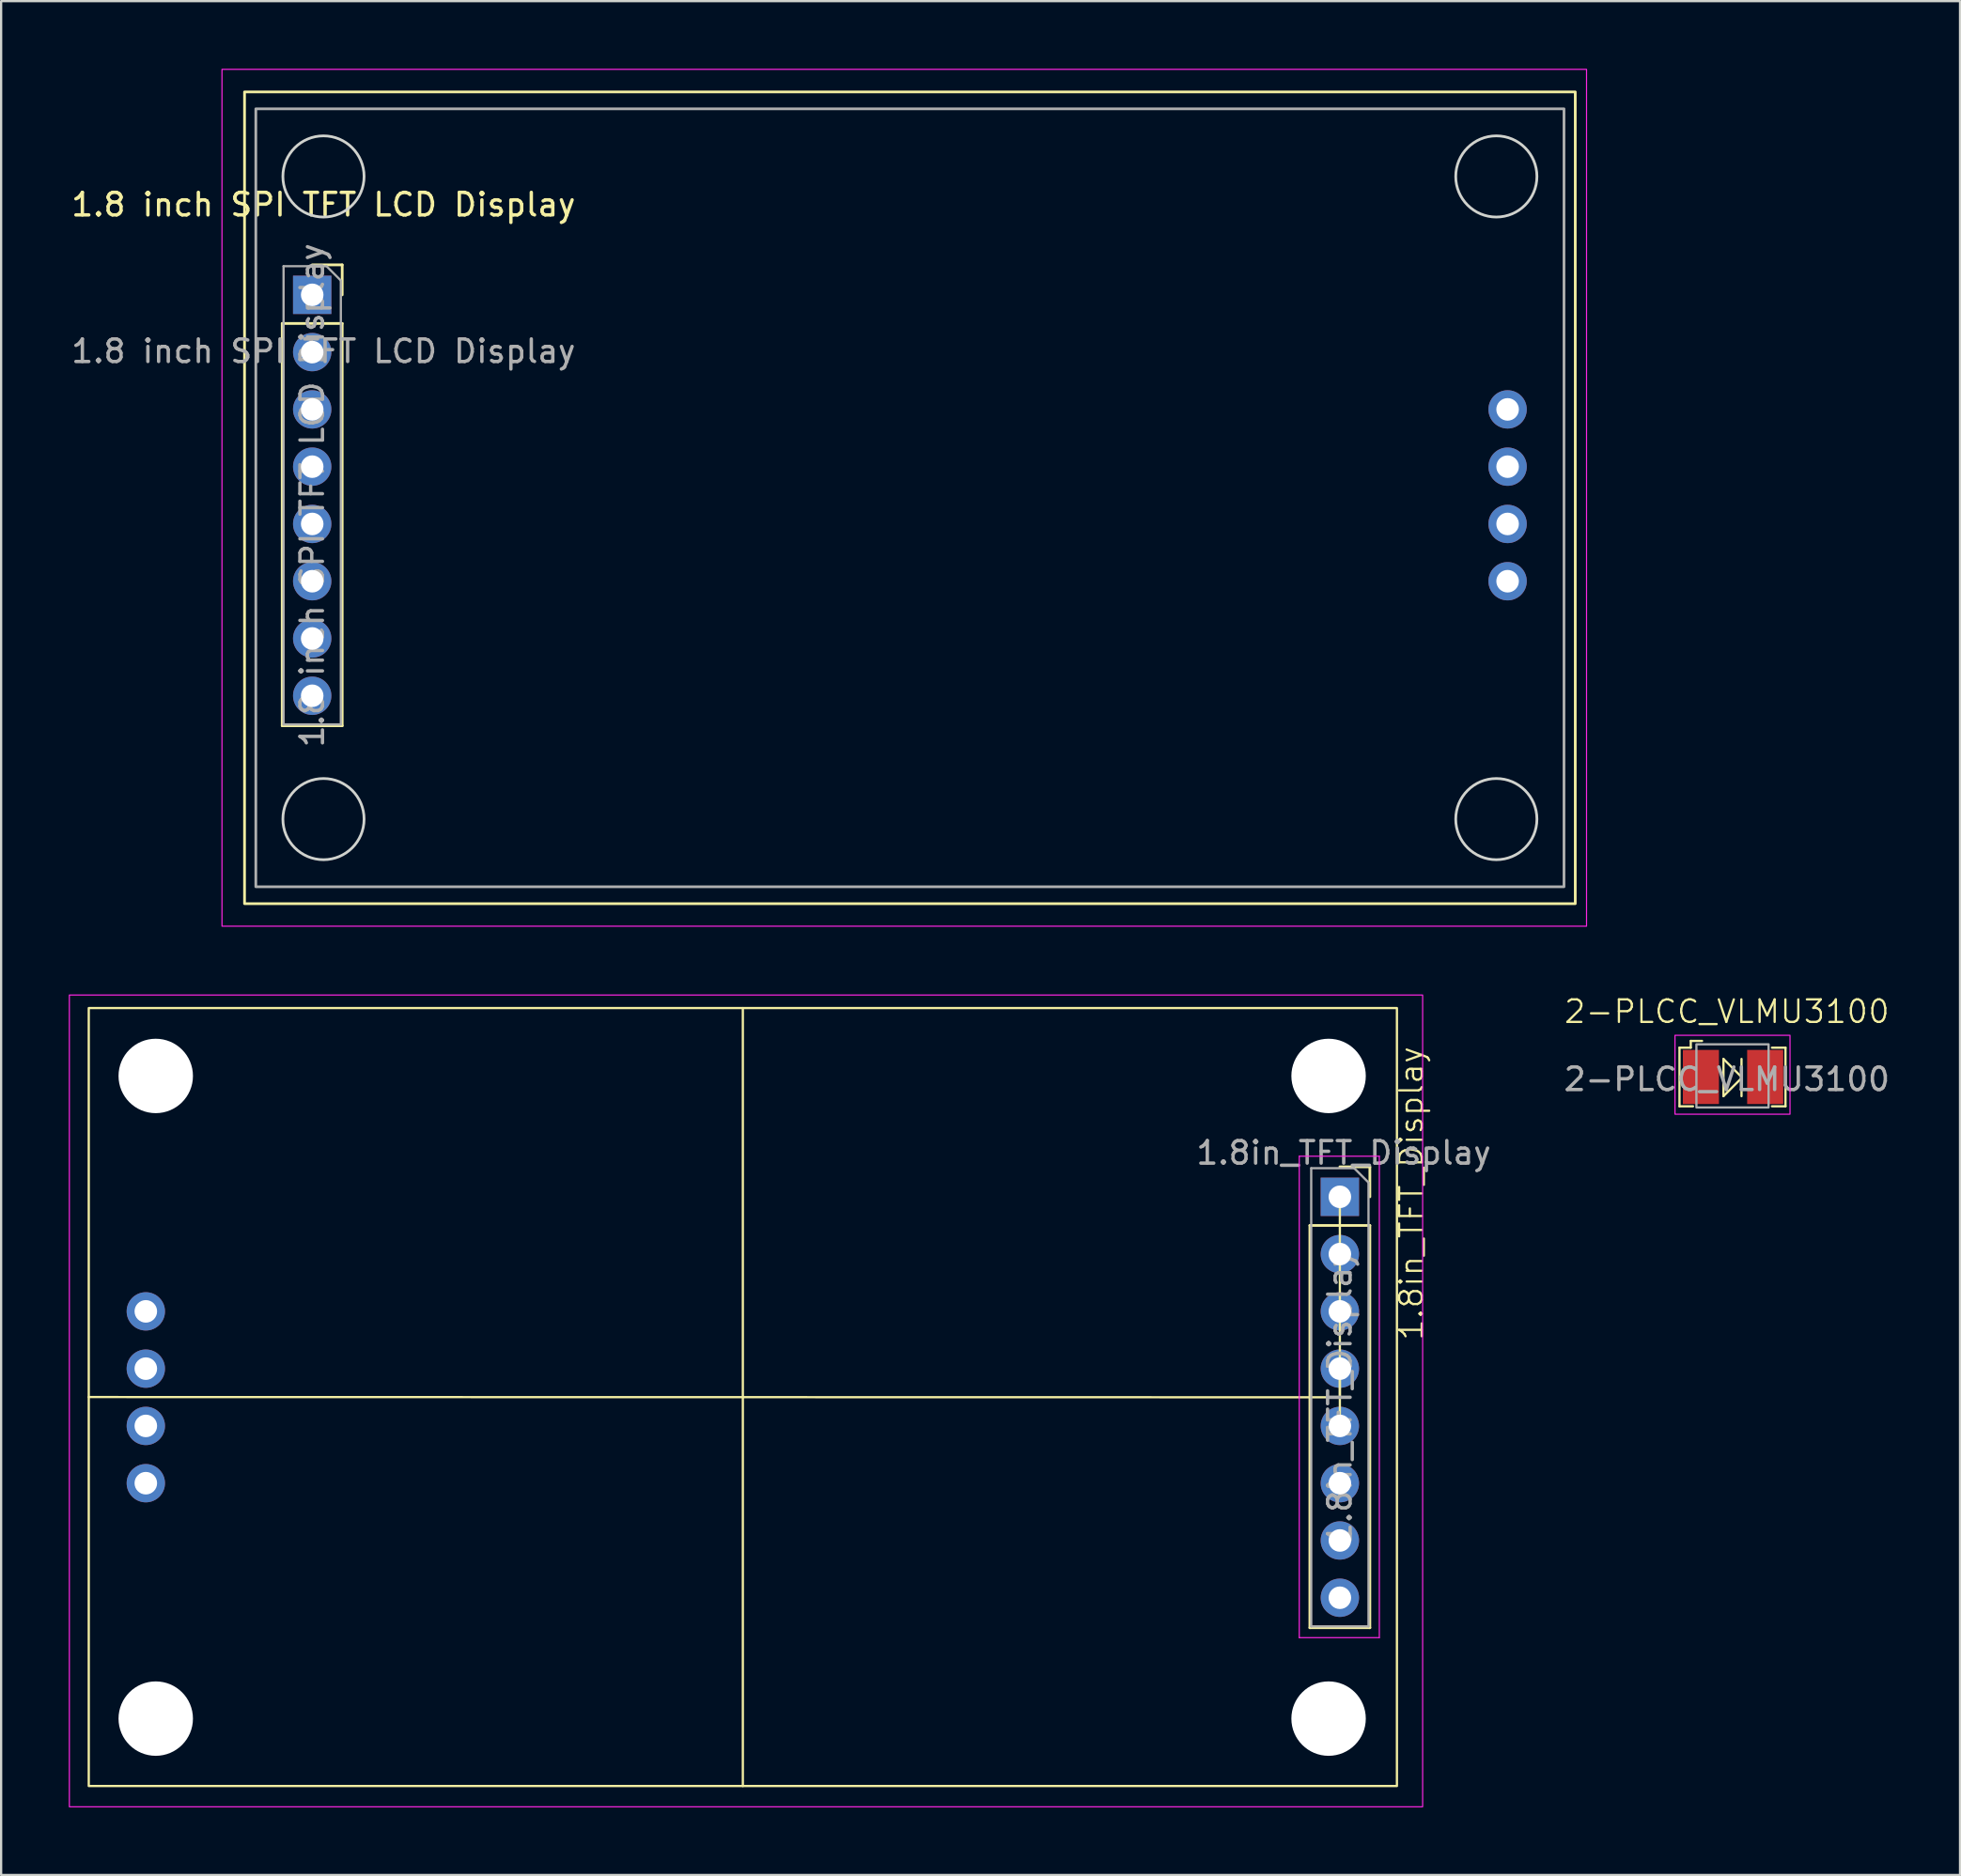
<source format=kicad_pcb>
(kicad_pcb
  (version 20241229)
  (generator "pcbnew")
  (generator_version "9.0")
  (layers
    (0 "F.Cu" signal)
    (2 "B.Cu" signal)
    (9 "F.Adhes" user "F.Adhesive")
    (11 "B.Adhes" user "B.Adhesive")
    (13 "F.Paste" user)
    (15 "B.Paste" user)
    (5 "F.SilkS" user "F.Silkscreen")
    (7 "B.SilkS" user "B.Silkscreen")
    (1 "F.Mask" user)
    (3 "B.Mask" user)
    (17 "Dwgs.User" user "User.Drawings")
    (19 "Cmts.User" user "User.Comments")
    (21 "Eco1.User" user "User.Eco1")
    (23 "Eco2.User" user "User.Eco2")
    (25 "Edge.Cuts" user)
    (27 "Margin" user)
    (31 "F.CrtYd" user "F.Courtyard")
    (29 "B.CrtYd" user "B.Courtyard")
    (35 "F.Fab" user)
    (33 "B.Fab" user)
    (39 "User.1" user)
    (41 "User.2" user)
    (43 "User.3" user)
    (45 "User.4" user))
  (footprint "2-PLCC_VLMU3100"
    (layer "F.Cu")
    (at 72.363 44.711)
    (property "Reference" "2-PLCC_VLMU3100" (at 1.15 -2.9 0) (unlocked yes) (layer "F.SilkS") (effects (font (size 1 1) (thickness 0.1))))
    (attr smd)
    (fp_line (start -0.95 -1.3) (end -0.95 1.3) (stroke (width 0.1) (type default)) (layer "F.SilkS"))
    (fp_line (start -0.95 1.3) (end -0.35 1.3) (stroke (width 0.1) (type default)) (layer "F.SilkS"))
    (fp_line (start -0.45 -1.6) (end 0.05 -1.6) (stroke (width 0.1) (type default)) (layer "F.SilkS"))
    (fp_line (start -0.45 -1.3) (end -0.95 -1.3) (stroke (width 0.1) (type default)) (layer "F.SilkS"))
    (fp_line (start -0.45 -1.3) (end -0.45 -1.6) (stroke (width 0.1) (type default)) (layer "F.SilkS"))
    (fp_line (start 1 -0.8) (end 1 0.85) (stroke (width 0.1) (type default)) (layer "F.SilkS"))
    (fp_line (start 1 0.85) (end 1.8 0.05) (stroke (width 0.1) (type default)) (layer "F.SilkS"))
    (fp_line (start 1.8 0) (end 1 -0.8) (stroke (width 0.1) (type default)) (layer "F.SilkS"))
    (fp_line (start 1.8 0) (end 1.8 -0.8) (stroke (width 0.1) (type default)) (layer "F.SilkS"))
    (fp_line (start 1.8 0) (end 1.8 0.85) (stroke (width 0.1) (type default)) (layer "F.SilkS"))
    (fp_line (start 3.15 -1.3) (end 3.75 -1.3) (stroke (width 0.1) (type default)) (layer "F.SilkS"))
    (fp_line (start 3.75 -1.3) (end 3.75 1.3) (stroke (width 0.1) (type default)) (layer "F.SilkS"))
    (fp_line (start 3.75 1.3) (end 3.15 1.3) (stroke (width 0.1) (type default)) (layer "F.SilkS"))
    (fp_rect (start -1.15 -1.85) (end 3.95 1.65) (stroke (width 0.05) (type default)) (fill no) (layer "F.CrtYd"))
    (fp_rect (start -0.2 -1.45) (end 3 1.35) (stroke (width 0.1) (type default)) (fill no) (layer "F.Fab"))
    (fp_text user "${REFERENCE}" (at 1.15 0.1 0) (unlocked yes) (layer "F.Fab") (effects (font (size 1 1) (thickness 0.15))))
    (pad "1" smd rect (at 0 0) (size 1.6 2.4) (layers "F.Cu" "F.Mask" "F.Paste"))
    (pad "2" smd rect (at 2.85 0) (size 1.6 2.4) (layers "F.Cu" "F.Mask" "F.Paste")))
  (footprint "1.8in_TFT_Display"
    (layer "F.Cu")
    (at 56.525 45.575)
    (property "Reference" "1.8in_TFT_Display" (at 3 4.3 90) (unlocked yes) (layer "F.SilkS") (effects (font (size 1 1) (thickness 0.1))))
    (attr through_hole)
    (fp_line (start -26.64 -3.92) (end -26.64 30.58) (stroke (width 0.1) (type default)) (layer "F.SilkS"))
    (fp_line (start -1.5 5.72) (end -1.5 23.56) (stroke (width 0.12) (type solid)) (layer "F.SilkS"))
    (fp_line (start -1.5 5.72) (end 1.16 5.72) (stroke (width 0.12) (type solid)) (layer "F.SilkS"))
    (fp_line (start -1.5 23.56) (end 1.16 23.56) (stroke (width 0.12) (type solid)) (layer "F.SilkS"))
    (fp_line (start -0.17 3.12) (end 1.16 3.12) (stroke (width 0.12) (type solid)) (layer "F.SilkS"))
    (fp_line (start -0.17 4.45) (end -0.17 13.39) (stroke (width 0.1) (type default)) (layer "F.SilkS"))
    (fp_line (start -0.17 12.07) (end -0.17 14.61) (stroke (width 0.1) (type default)) (layer "F.SilkS"))
    (fp_line (start -0.17 13.34) (end -55.64 13.33) (stroke (width 0.1) (type default)) (layer "F.SilkS"))
    (fp_line (start 1.16 3.12) (end 1.16 4.45) (stroke (width 0.12) (type solid)) (layer "F.SilkS"))
    (fp_line (start 1.16 5.72) (end 1.16 23.56) (stroke (width 0.12) (type solid)) (layer "F.SilkS"))
    (fp_rect (start -55.64 -3.92) (end 2.36 30.58) (stroke (width 0.1) (type default)) (fill no) (layer "F.SilkS"))
    (fp_line (start -1.97 2.65) (end 1.58 2.65) (stroke (width 0.05) (type solid)) (layer "F.CrtYd"))
    (fp_line (start -1.97 24) (end -1.97 2.65) (stroke (width 0.05) (type solid)) (layer "F.CrtYd"))
    (fp_line (start 1.58 2.65) (end 1.58 24) (stroke (width 0.05) (type solid)) (layer "F.CrtYd"))
    (fp_line (start 1.58 24) (end -1.97 24) (stroke (width 0.05) (type solid)) (layer "F.CrtYd"))
    (fp_rect (start -56.5 -4.5) (end 3.5 31.5) (stroke (width 0.05) (type default)) (fill no) (layer "F.CrtYd"))
    (fp_line (start -1.44 3.18) (end 0.465 3.18) (stroke (width 0.1) (type solid)) (layer "F.Fab"))
    (fp_line (start -1.44 23.5) (end -1.44 3.18) (stroke (width 0.1) (type solid)) (layer "F.Fab"))
    (fp_line (start 0.465 3.18) (end 1.1 3.815) (stroke (width 0.1) (type solid)) (layer "F.Fab"))
    (fp_line (start 1.1 3.815) (end 1.1 23.5) (stroke (width 0.1) (type solid)) (layer "F.Fab"))
    (fp_line (start 1.1 23.5) (end -1.44 23.5) (stroke (width 0.1) (type solid)) (layer "F.Fab"))
    (fp_text user "${REFERENCE}" (at -0.17 13.34 90) (layer "F.Fab") (effects (font (size 1 1) (thickness 0.15))))
    (fp_text user "${REFERENCE}" (at 0 2.5 0) (unlocked yes) (layer "F.Fab") (effects (font (size 1 1) (thickness 0.15))))
    (pad "" np_thru_hole circle (at -52.67 -0.91) (size 3.3 3.3) (drill 3.3) (layers "*.Cu" "*.Mask"))
    (pad "" np_thru_hole circle (at -52.67 27.59) (size 3.3 3.3) (drill 3.3) (layers "*.Cu" "*.Mask"))
    (pad "" np_thru_hole circle (at -0.67 -0.91) (size 3.3 3.3) (drill 3.3) (layers "*.Cu" "*.Mask"))
    (pad "" np_thru_hole circle (at -0.67 27.59) (size 3.3 3.3) (drill 3.3) (layers "*.Cu" "*.Mask"))
    (pad "1" thru_hole rect (at -0.17 4.45) (size 1.7 1.7) (drill 1) (layers "*.Cu" "*.Mask"))
    (pad "2" thru_hole oval (at -0.17 6.99) (size 1.7 1.7) (drill 1) (layers "*.Cu" "*.Mask"))
    (pad "3" thru_hole oval (at -0.17 9.53) (size 1.7 1.7) (drill 1) (layers "*.Cu" "*.Mask"))
    (pad "4" thru_hole oval (at -0.17 12.07) (size 1.7 1.7) (drill 1) (layers "*.Cu" "*.Mask"))
    (pad "5" thru_hole oval (at -0.17 14.61) (size 1.7 1.7) (drill 1) (layers "*.Cu" "*.Mask"))
    (pad "6" thru_hole oval (at -0.17 17.15) (size 1.7 1.7) (drill 1) (layers "*.Cu" "*.Mask"))
    (pad "7" thru_hole oval (at -0.17 19.69) (size 1.7 1.7) (drill 1) (layers "*.Cu" "*.Mask"))
    (pad "8" thru_hole oval (at -0.17 22.23) (size 1.7 1.7) (drill 1) (layers "*.Cu" "*.Mask"))
    (pad "9" thru_hole oval (at -53.11 17.15) (size 1.7 1.7) (drill 1) (layers "*.Cu" "*.Mask"))
    (pad "10" thru_hole oval (at -53.11 14.61) (size 1.7 1.7) (drill 1) (layers "*.Cu" "*.Mask"))
    (pad "11" thru_hole oval (at -53.11 12.07) (size 1.7 1.7) (drill 1) (layers "*.Cu" "*.Mask"))
    (pad "12" thru_hole oval (at -53.11 9.53) (size 1.7 1.7) (drill 1) (layers "*.Cu" "*.Mask")))
  (footprint "1.8 inch SPI TFT LCD Display"
    (layer "F.Cu")
    (at 11.292 10.025)
    (property "Reference" "1.8 inch SPI TFT LCD Display" (at 0 -4 0) (unlocked yes) (layer "F.SilkS") (effects (font (size 1 1) (thickness 0.15))))
    (attr smd)
    (fp_line (start -1.83 1.27) (end -1.83 19.11) (stroke (width 0.12) (type solid)) (layer "F.SilkS"))
    (fp_line (start -1.83 1.27) (end 0.83 1.27) (stroke (width 0.12) (type solid)) (layer "F.SilkS"))
    (fp_line (start -1.83 19.11) (end 0.83 19.11) (stroke (width 0.12) (type solid)) (layer "F.SilkS"))
    (fp_line (start -0.5 -1.33) (end 0.83 -1.33) (stroke (width 0.12) (type solid)) (layer "F.SilkS"))
    (fp_line (start 0.83 -1.33) (end 0.83 0) (stroke (width 0.12) (type solid)) (layer "F.SilkS"))
    (fp_line (start 0.83 1.27) (end 0.83 19.11) (stroke (width 0.12) (type solid)) (layer "F.SilkS"))
    (fp_rect (start -3.5 -9) (end 55.5 27) (stroke (width 0.12) (type default)) (fill no) (layer "F.SilkS"))
    (fp_circle (center 0 -5.25) (end 1.8 -5.25) (stroke (width 0.12) (type default)) (fill no) (layer "Edge.Cuts"))
    (fp_circle (center 0 23.25) (end 1.8 23.25) (stroke (width 0.12) (type default)) (fill no) (layer "Edge.Cuts"))
    (fp_circle (center 52 -5.25) (end 53.8 -5.25) (stroke (width 0.12) (type default)) (fill no) (layer "Edge.Cuts"))
    (fp_circle (center 52 23.25) (end 53.8 23.25) (stroke (width 0.12) (type default)) (fill no) (layer "Edge.Cuts"))
    (fp_rect (start -4.5 -10) (end 56 28) (stroke (width 0.05) (type default)) (fill no) (layer "F.CrtYd"))
    (fp_line (start -1.77 -1.27) (end 0.135 -1.27) (stroke (width 0.1) (type solid)) (layer "F.Fab"))
    (fp_line (start -1.77 19.05) (end -1.77 -1.27) (stroke (width 0.1) (type solid)) (layer "F.Fab"))
    (fp_line (start 0.135 -1.27) (end 0.77 -0.635) (stroke (width 0.1) (type solid)) (layer "F.Fab"))
    (fp_line (start 0.77 -0.635) (end 0.77 19.05) (stroke (width 0.1) (type solid)) (layer "F.Fab"))
    (fp_line (start 0.77 19.05) (end -1.77 19.05) (stroke (width 0.1) (type solid)) (layer "F.Fab"))
    (fp_rect (start -3 -8.25) (end 55 26.25) (stroke (width 0.12) (type default)) (fill no) (layer "F.Fab"))
    (fp_text user "${REFERENCE}" (at -0.5 8.89 90) (layer "F.Fab") (effects (font (size 1 1) (thickness 0.15))))
    (fp_text user "${REFERENCE}" (at 0 2.5 0) (unlocked yes) (layer "F.Fab") (effects (font (size 1 1) (thickness 0.15))))
    (pad "1" thru_hole rect (at -0.5 0) (size 1.7 1.7) (drill 1) (layers "*.Cu" "*.Mask"))
    (pad "2" thru_hole oval (at -0.5 2.54) (size 1.7 1.7) (drill 1) (layers "*.Cu" "*.Mask"))
    (pad "3" thru_hole oval (at -0.5 5.08) (size 1.7 1.7) (drill 1) (layers "*.Cu" "*.Mask"))
    (pad "4" thru_hole oval (at -0.5 7.62) (size 1.7 1.7) (drill 1) (layers "*.Cu" "*.Mask"))
    (pad "5" thru_hole oval (at -0.5 10.16) (size 1.7 1.7) (drill 1) (layers "*.Cu" "*.Mask"))
    (pad "6" thru_hole oval (at -0.5 12.7) (size 1.7 1.7) (drill 1) (layers "*.Cu" "*.Mask"))
    (pad "7" thru_hole oval (at -0.5 15.24) (size 1.7 1.7) (drill 1) (layers "*.Cu" "*.Mask"))
    (pad "8" thru_hole oval (at -0.5 17.78) (size 1.7 1.7) (drill 1) (layers "*.Cu" "*.Mask"))
    (pad "9" thru_hole oval (at 52.5 12.7) (size 1.7 1.7) (drill 1) (layers "*.Cu" "*.Mask"))
    (pad "10" thru_hole oval (at 52.5 10.16) (size 1.7 1.7) (drill 1) (layers "*.Cu" "*.Mask"))
    (pad "11" thru_hole oval (at 52.5 7.62) (size 1.7 1.7) (drill 1) (layers "*.Cu" "*.Mask"))
    (pad "12" thru_hole oval (at 52.5 5.08) (size 1.7 1.7) (drill 1) (layers "*.Cu" "*.Mask")))
  (gr_rect
    (start -3 -3)
    (end 83.852 80.1)
    (stroke (width 0.1) (type default))
    (fill no)
    (layer "Edge.Cuts")))
</source>
